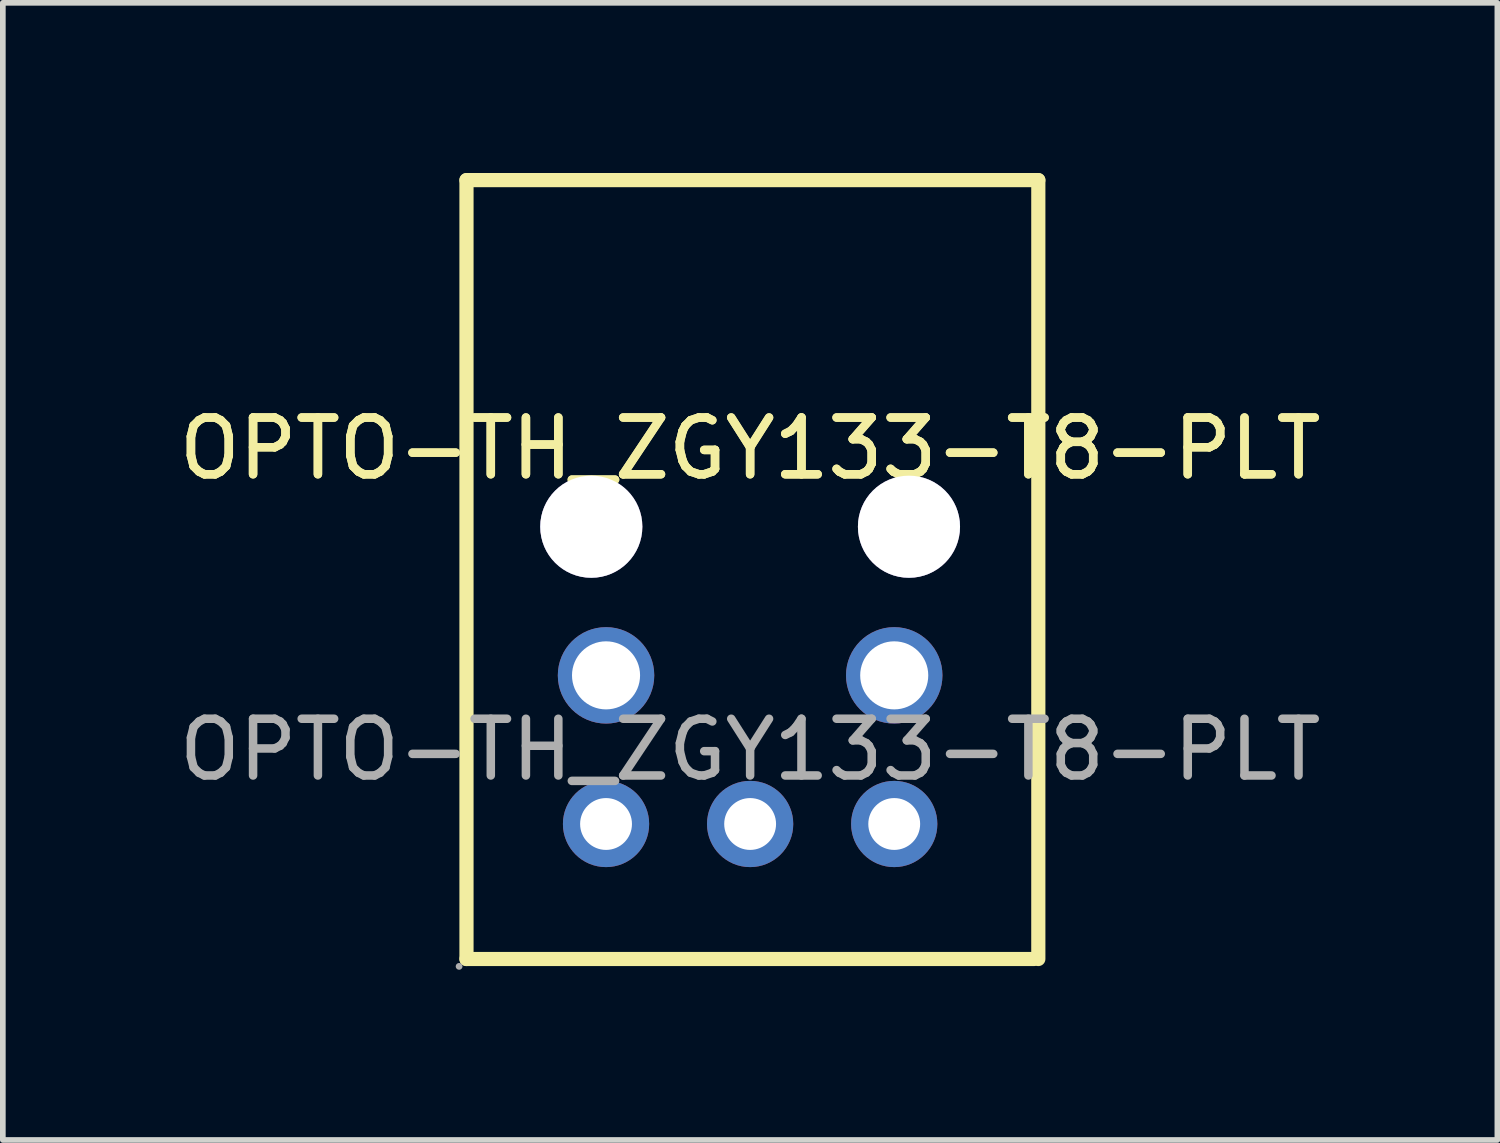
<source format=kicad_pcb>
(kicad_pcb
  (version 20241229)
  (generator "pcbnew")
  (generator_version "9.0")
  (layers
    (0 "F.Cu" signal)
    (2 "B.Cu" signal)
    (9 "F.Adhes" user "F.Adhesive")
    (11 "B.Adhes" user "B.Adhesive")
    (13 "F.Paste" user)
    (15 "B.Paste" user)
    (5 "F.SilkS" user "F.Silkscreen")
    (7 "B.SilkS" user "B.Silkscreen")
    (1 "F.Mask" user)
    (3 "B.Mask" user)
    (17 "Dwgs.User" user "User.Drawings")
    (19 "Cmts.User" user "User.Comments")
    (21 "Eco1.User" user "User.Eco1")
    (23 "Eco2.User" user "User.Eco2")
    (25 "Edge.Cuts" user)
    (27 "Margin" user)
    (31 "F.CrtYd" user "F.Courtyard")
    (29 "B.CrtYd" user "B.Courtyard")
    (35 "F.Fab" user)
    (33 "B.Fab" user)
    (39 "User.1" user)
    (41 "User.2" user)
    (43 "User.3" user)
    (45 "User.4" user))
  (footprint "OPTO-TH_ZGY133-T8-PLT"
    (layer "F.Cu")
    (at 10.173 10.165)
    (property "Reference" "OPTO-TH_ZGY133-T8-PLT" (at 0 -5.31 0) (layer "F.SilkS") (effects (font (size 1 1) (thickness 0.15))))
    (attr through_hole)
    (fp_line (start -5 -10.04) (end 5.08 -10.04) (stroke (width 0.25) (type solid)) (layer "F.SilkS"))
    (fp_line (start -5 3.69) (end -5 -10.04) (stroke (width 0.25) (type solid)) (layer "F.SilkS"))
    (fp_line (start -5 3.69) (end 5 3.69) (stroke (width 0.25) (type solid)) (layer "F.SilkS"))
    (fp_line (start 5.08 -10.04) (end 5.08 3.69) (stroke (width 0.25) (type solid)) (layer "F.SilkS"))
    (fp_circle (center -5.13 3.82) (end -5.1 3.82) (stroke (width 0.06) (type solid)) (fill no) (layer "F.Fab"))
    (fp_circle (center -2.8 -3.93) (end -2.4 -3.93) (stroke (width 0.8) (type solid)) (fill no) (layer "F.Fab"))
    (fp_circle (center -2.54 -1.31) (end -2.29 -1.31) (stroke (width 0.5) (type solid)) (fill no) (layer "F.Fab"))
    (fp_circle (center -2.54 1.31) (end -2.36 1.31) (stroke (width 0.36) (type solid)) (fill no) (layer "F.Fab"))
    (fp_circle (center 0 1.31) (end 0.18 1.31) (stroke (width 0.36) (type solid)) (fill no) (layer "F.Fab"))
    (fp_circle (center 2.54 -1.31) (end 2.79 -1.31) (stroke (width 0.5) (type solid)) (fill no) (layer "F.Fab"))
    (fp_circle (center 2.54 1.31) (end 2.72 1.31) (stroke (width 0.36) (type solid)) (fill no) (layer "F.Fab"))
    (fp_circle (center 2.8 -3.93) (end 3.2 -3.93) (stroke (width 0.8) (type solid)) (fill no) (layer "F.Fab"))
    (fp_text user "${REFERENCE}" (at 0 -5.31 0) (layer "F.SilkS") (effects (font (size 1 1) (thickness 0.15))))
    (fp_text user "${REFERENCE}" (at 0 0 0) (layer "F.Fab") (effects (font (size 1 1) (thickness 0.15))))
    (pad "" thru_hole circle (at -2.8 -3.93) (size 1.8 1.8) (drill 1.8) (layers "*.Cu" "*.Mask"))
    (pad "" thru_hole circle (at 2.8 -3.93) (size 1.8 1.8) (drill 1.8) (layers "*.Cu" "*.Mask"))
    (pad "1" thru_hole circle (at -2.54 1.31) (size 1.52 1.52) (drill 0.914) (layers "*.Cu" "*.Mask"))
    (pad "2" thru_hole circle (at 0 1.31) (size 1.52 1.52) (drill 0.914) (layers "*.Cu" "*.Mask"))
    (pad "3" thru_hole circle (at 2.54 1.31) (size 1.52 1.52) (drill 0.914) (layers "*.Cu" "*.Mask"))
    (pad "4" thru_hole circle (at 2.54 -1.31) (size 1.7 1.7) (drill 1.2) (layers "*.Cu" "*.Mask"))
    (pad "5" thru_hole circle (at -2.54 -1.31) (size 1.7 1.7) (drill 1.2) (layers "*.Cu" "*.Mask")))
  (gr_rect
    (start -3 -3)
    (end 23.345 17.045)
    (stroke (width 0.1) (type default))
    (fill no)
    (layer "Edge.Cuts")))
</source>
